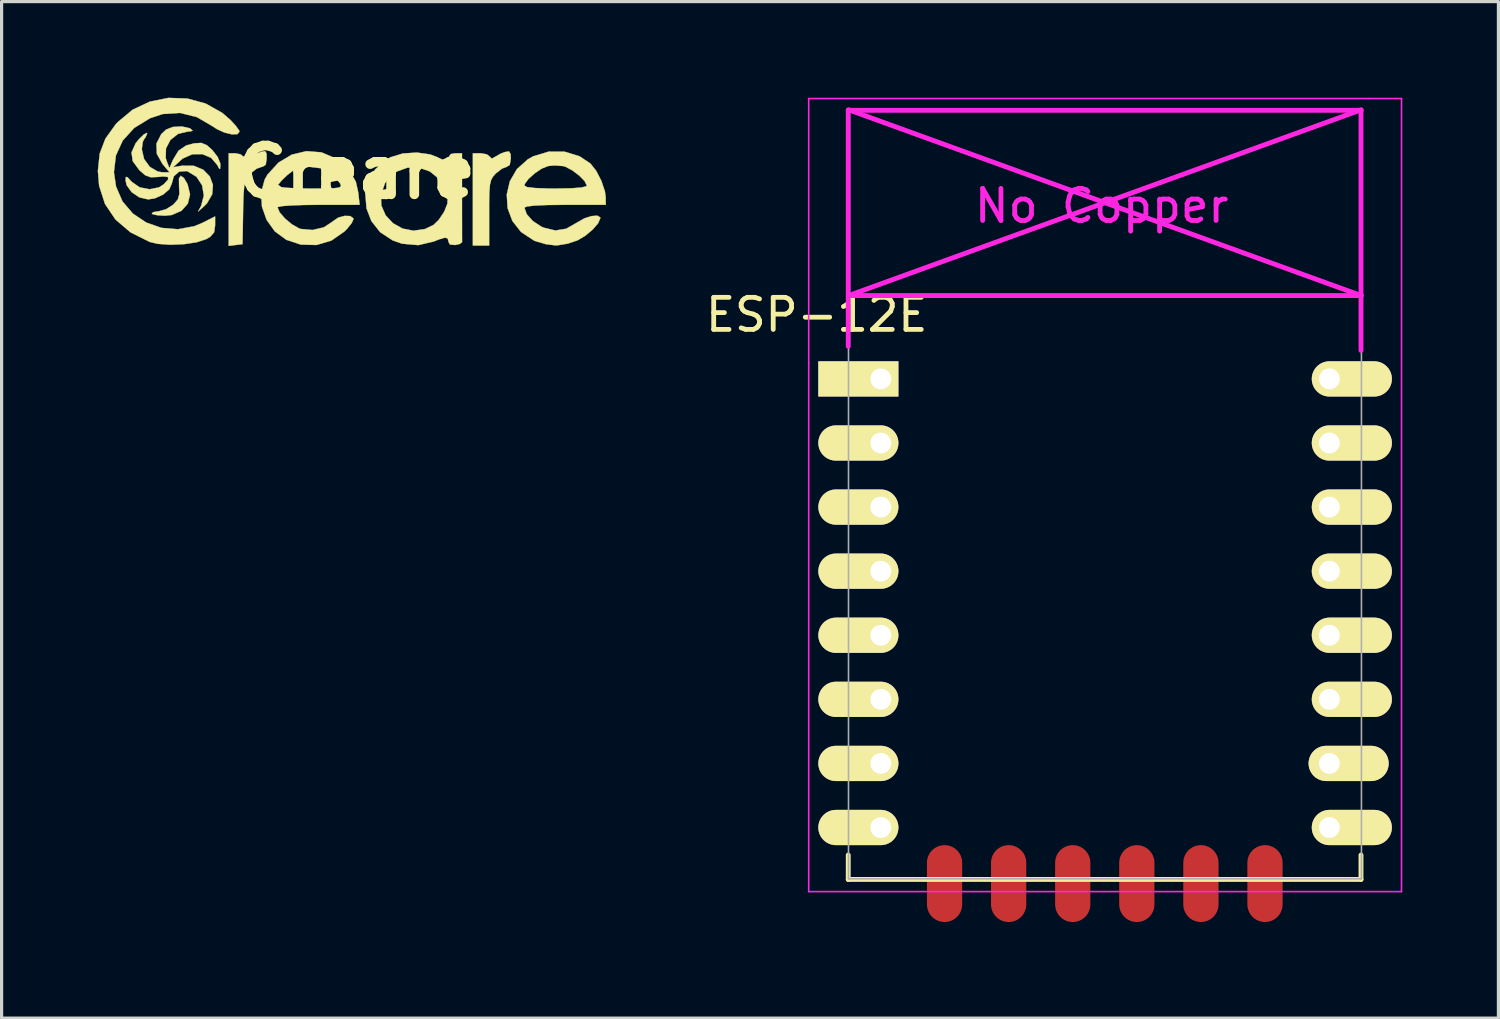
<source format=kicad_pcb>
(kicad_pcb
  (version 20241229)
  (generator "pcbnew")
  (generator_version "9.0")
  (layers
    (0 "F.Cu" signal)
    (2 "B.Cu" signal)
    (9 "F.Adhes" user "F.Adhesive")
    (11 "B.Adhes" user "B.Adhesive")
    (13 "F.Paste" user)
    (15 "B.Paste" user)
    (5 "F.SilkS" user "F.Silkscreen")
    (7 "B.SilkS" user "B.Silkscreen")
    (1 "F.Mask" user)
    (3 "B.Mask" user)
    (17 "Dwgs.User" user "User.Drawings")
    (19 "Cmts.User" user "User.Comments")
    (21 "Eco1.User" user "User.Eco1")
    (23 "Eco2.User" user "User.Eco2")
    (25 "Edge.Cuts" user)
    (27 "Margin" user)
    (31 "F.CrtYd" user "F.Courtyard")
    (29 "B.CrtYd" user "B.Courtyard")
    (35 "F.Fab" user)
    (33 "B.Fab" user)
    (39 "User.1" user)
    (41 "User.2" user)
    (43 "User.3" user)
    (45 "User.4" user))
  (footprint "Creare"
    (layer "F.Cu")
    (at 8.066 2.326)
    (property "Reference" "Creare" (at 0 0 0) (layer "F.SilkS") (effects (font (size 1.524 1.524) (thickness 0.3))))
    (attr through_hole)
    (fp_poly (pts (xy -5.375 0.181) (xy -5.263 0.372) (xy -5.185 0.692) (xy -5.255 0.979) (xy -5.452 1.202) (xy -5.754 1.333) (xy -5.964 1.355) (xy -6.2 1.342) (xy -6.354 1.309) (xy -6.379 1.291) (xy -6.335 1.244) (xy -6.175 1.219) (xy -6.169 1.219) (xy -5.933 1.154) (xy -5.709 1.011) (xy -5.704 1.007) (xy -5.565 0.846) (xy -5.516 0.67) (xy -5.528 0.441) (xy -5.531 0.196) (xy -5.476 0.108) (xy -5.375 0.181)) (stroke (width 0.01) (type solid)) (fill yes) (layer "F.SilkS"))
    (fp_poly (pts (xy 4.819 -0.57) (xy 4.826 -0.429) (xy 4.792 -0.228) (xy 4.695 -0.169) (xy 4.55 -0.113) (xy 4.372 0.024) (xy 4.356 0.038) (xy 4.269 0.136) (xy 4.21 0.242) (xy 4.174 0.391) (xy 4.156 0.618) (xy 4.149 0.956) (xy 4.149 1.266) (xy 4.149 2.286) (xy 3.641 2.286) (xy 3.641 -0.593) (xy 3.888 -0.593) (xy 4.076 -0.56) (xy 4.17 -0.487) (xy 4.233 -0.425) (xy 4.325 -0.476) (xy 4.504 -0.579) (xy 4.636 -0.63) (xy 4.768 -0.651) (xy 4.819 -0.57)) (stroke (width 0.01) (type solid)) (fill yes) (layer "F.SilkS"))
    (fp_poly (pts (xy -2.799 -0.59) (xy -2.794 -0.423) (xy -2.823 -0.234) (xy -2.925 -0.17) (xy -2.949 -0.169) (xy -3.109 -0.111) (xy -3.292 0.032) (xy -3.308 0.049) (xy -3.397 0.155) (xy -3.457 0.273) (xy -3.494 0.438) (xy -3.515 0.687) (xy -3.527 1.054) (xy -3.53 1.255) (xy -3.547 2.244) (xy -3.979 2.297) (xy -3.979 -0.593) (xy -3.775 -0.593) (xy -3.606 -0.56) (xy -3.541 -0.504) (xy -3.446 -0.471) (xy -3.228 -0.534) (xy -3.198 -0.546) (xy -2.961 -0.641) (xy -2.842 -0.659) (xy -2.799 -0.59)) (stroke (width 0.01) (type solid)) (fill yes) (layer "F.SilkS"))
    (fp_poly (pts (xy -5.269 -2.301) (xy -4.698 -2.145) (xy -4.176 -1.851) (xy -3.925 -1.633) (xy -3.757 -1.449) (xy -3.655 -1.307) (xy -3.641 -1.267) (xy -3.708 -1.19) (xy -3.878 -1.183) (xy -4.105 -1.237) (xy -4.343 -1.344) (xy -4.471 -1.429) (xy -4.97 -1.721) (xy -5.498 -1.852) (xy -6.038 -1.818) (xy -6.435 -1.686) (xy -6.928 -1.383) (xy -7.286 -0.989) (xy -7.499 -0.523) (xy -7.561 -0.001) (xy -7.495 0.444) (xy -7.293 0.911) (xy -6.969 1.29) (xy -6.552 1.569) (xy -6.074 1.736) (xy -5.563 1.778) (xy -5.05 1.683) (xy -4.798 1.578) (xy -4.403 1.378) (xy -4.403 1.66) (xy -4.433 1.873) (xy -4.554 2.013) (xy -4.678 2.086) (xy -4.975 2.184) (xy -5.371 2.244) (xy -5.799 2.262) (xy -6.193 2.234) (xy -6.445 2.174) (xy -7.045 1.874) (xy -7.512 1.476) (xy -7.84 0.988) (xy -8.023 0.419) (xy -8.061 -0.042) (xy -8.005 -0.581) (xy -7.827 -1.048) (xy -7.507 -1.494) (xy -7.445 -1.562) (xy -6.979 -1.951) (xy -6.441 -2.204) (xy -5.861 -2.321) (xy -5.269 -2.301)) (stroke (width 0.01) (type solid)) (fill yes) (layer "F.SilkS"))
    (fp_poly (pts (xy 2.306 -0.557) (xy 2.517 -0.478) (xy 2.733 -0.372) (xy 2.841 -0.35) (xy 2.876 -0.408) (xy 2.879 -0.466) (xy 2.952 -0.568) (xy 3.09 -0.593) (xy 3.302 -0.593) (xy 3.302 0.762) (xy 3.302 1.225) (xy 3.303 1.629) (xy 3.303 1.942) (xy 3.304 2.134) (xy 3.305 2.18) (xy 3.234 2.237) (xy 3.093 2.27) (xy 2.923 2.255) (xy 2.879 2.165) (xy 2.856 2.064) (xy 2.768 2.042) (xy 2.579 2.097) (xy 2.426 2.159) (xy 1.938 2.274) (xy 1.432 2.229) (xy 1.136 2.125) (xy 0.746 1.868) (xy 0.474 1.524) (xy 0.321 1.125) (xy 0.288 0.703) (xy 0.289 0.698) (xy 0.77 0.698) (xy 0.785 1.039) (xy 0.918 1.343) (xy 1.147 1.589) (xy 1.445 1.757) (xy 1.789 1.824) (xy 2.152 1.77) (xy 2.418 1.64) (xy 2.581 1.48) (xy 2.735 1.249) (xy 2.757 1.205) (xy 2.846 0.982) (xy 2.854 0.799) (xy 2.786 0.559) (xy 2.785 0.556) (xy 2.588 0.21) (xy 2.3 -0.025) (xy 1.958 -0.145) (xy 1.599 -0.144) (xy 1.259 -0.02) (xy 0.974 0.233) (xy 0.9 0.342) (xy 0.77 0.698) (xy 0.289 0.698) (xy 0.376 0.291) (xy 0.584 -0.081) (xy 0.915 -0.381) (xy 1.072 -0.469) (xy 1.456 -0.586) (xy 1.893 -0.615) (xy 2.306 -0.557)) (stroke (width 0.01) (type solid)) (fill yes) (layer "F.SilkS"))
    (fp_poly (pts (xy -1.082 -0.621) (xy -0.634 -0.43) (xy -0.589 -0.4) (xy -0.225 -0.08) (xy -0.011 0.295) (xy 0.063 0.625) (xy 0.107 1.016) (xy -1.174 1.016) (xy -1.635 1.021) (xy -2.018 1.035) (xy -2.294 1.055) (xy -2.44 1.082) (xy -2.455 1.094) (xy -2.389 1.251) (xy -2.223 1.443) (xy -2.005 1.625) (xy -1.785 1.75) (xy -1.73 1.769) (xy -1.364 1.802) (xy -1.008 1.718) (xy -0.73 1.535) (xy -0.719 1.524) (xy -0.56 1.415) (xy -0.363 1.361) (xy -0.186 1.366) (xy -0.09 1.436) (xy -0.085 1.465) (xy -0.141 1.586) (xy -0.285 1.765) (xy -0.365 1.847) (xy -0.774 2.132) (xy -1.241 2.27) (xy -1.735 2.256) (xy -2.182 2.107) (xy -2.538 1.846) (xy -2.795 1.488) (xy -2.941 1.073) (xy -2.966 0.641) (xy -2.911 0.432) (xy -2.455 0.432) (xy -2.376 0.461) (xy -2.16 0.485) (xy -1.84 0.502) (xy -1.449 0.508) (xy -1.436 0.508) (xy -1.009 0.507) (xy -0.724 0.5) (xy -0.559 0.483) (xy -0.485 0.451) (xy -0.479 0.401) (xy -0.504 0.345) (xy -0.755 0.048) (xy -1.111 -0.126) (xy -1.448 -0.169) (xy -1.745 -0.145) (xy -1.971 -0.05) (xy -2.156 0.093) (xy -2.333 0.264) (xy -2.441 0.396) (xy -2.455 0.432) (xy -2.911 0.432) (xy -2.857 0.231) (xy -2.771 0.078) (xy -2.425 -0.303) (xy -2.008 -0.551) (xy -1.55 -0.659) (xy -1.082 -0.621)) (stroke (width 0.01) (type solid)) (fill yes) (layer "F.SilkS"))
    (fp_poly (pts (xy 6.502 -0.643) (xy 6.971 -0.498) (xy 7.311 -0.272) (xy 7.49 -0.045) (xy 7.653 0.271) (xy 7.762 0.596) (xy 7.787 0.783) (xy 7.789 1.016) (xy 6.519 1.016) (xy 5.975 1.022) (xy 5.577 1.039) (xy 5.333 1.066) (xy 5.249 1.104) (xy 5.249 1.104) (xy 5.322 1.308) (xy 5.511 1.52) (xy 5.773 1.694) (xy 5.851 1.729) (xy 6.216 1.817) (xy 6.556 1.762) (xy 6.913 1.557) (xy 6.916 1.555) (xy 7.125 1.437) (xy 7.346 1.367) (xy 7.526 1.355) (xy 7.617 1.409) (xy 7.62 1.428) (xy 7.553 1.588) (xy 7.382 1.787) (xy 7.15 1.981) (xy 6.907 2.125) (xy 6.602 2.227) (xy 6.285 2.28) (xy 6.223 2.282) (xy 5.921 2.245) (xy 5.602 2.152) (xy 5.539 2.125) (xy 5.145 1.865) (xy 4.874 1.52) (xy 4.725 1.119) (xy 4.699 0.695) (xy 4.764 0.415) (xy 5.249 0.415) (xy 5.332 0.462) (xy 5.582 0.492) (xy 5.999 0.507) (xy 6.223 0.508) (xy 6.71 0.5) (xy 7.03 0.476) (xy 7.182 0.436) (xy 7.197 0.415) (xy 7.13 0.277) (xy 6.962 0.105) (xy 6.746 -0.058) (xy 6.532 -0.172) (xy 6.459 -0.193) (xy 6.187 -0.213) (xy 5.988 -0.194) (xy 5.79 -0.114) (xy 5.569 0.035) (xy 5.376 0.208) (xy 5.261 0.365) (xy 5.249 0.415) (xy 4.764 0.415) (xy 4.796 0.279) (xy 5.015 -0.098) (xy 5.358 -0.405) (xy 5.524 -0.498) (xy 6.006 -0.644) (xy 6.502 -0.643)) (stroke (width 0.01) (type solid)) (fill yes) (layer "F.SilkS"))
    (fp_poly (pts (xy -5.203 -1.376) (xy -5.165 -1.355) (xy -5.104 -1.295) (xy -5.19 -1.273) (xy -5.252 -1.271) (xy -5.56 -1.198) (xy -5.798 -1.009) (xy -5.936 -0.745) (xy -5.944 -0.446) (xy -5.918 -0.36) (xy -5.829 -0.127) (xy -5.721 -0.381) (xy -5.547 -0.672) (xy -5.302 -0.839) (xy -5.049 -0.904) (xy -4.832 -0.916) (xy -4.662 -0.846) (xy -4.491 -0.694) (xy -4.323 -0.478) (xy -4.241 -0.275) (xy -4.239 -0.239) (xy -4.248 -0.1) (xy -4.282 -0.123) (xy -4.332 -0.223) (xy -4.527 -0.451) (xy -4.804 -0.566) (xy -5.114 -0.562) (xy -5.409 -0.431) (xy -5.477 -0.374) (xy -5.715 -0.156) (xy -5.431 -0.205) (xy -5.067 -0.202) (xy -4.774 -0.08) (xy -4.569 0.13) (xy -4.471 0.396) (xy -4.494 0.688) (xy -4.658 0.973) (xy -4.744 1.058) (xy -4.935 1.228) (xy -4.838 1.043) (xy -4.754 0.723) (xy -4.809 0.407) (xy -4.982 0.143) (xy -5.255 -0.024) (xy -5.299 -0.037) (xy -5.527 -0.02) (xy -5.693 0.128) (xy -5.755 0.354) (xy -5.833 0.532) (xy -6.026 0.697) (xy -6.279 0.813) (xy -6.492 0.847) (xy -6.768 0.783) (xy -7.009 0.62) (xy -7.165 0.401) (xy -7.197 0.253) (xy -7.188 0.146) (xy -7.139 0.153) (xy -7.018 0.283) (xy -7.003 0.3) (xy -6.757 0.471) (xy -6.453 0.53) (xy -6.155 0.472) (xy -6.006 0.376) (xy -5.868 0.225) (xy -5.876 0.146) (xy -6.037 0.131) (xy -6.177 0.146) (xy -6.413 0.157) (xy -6.587 0.092) (xy -6.769 -0.068) (xy -6.973 -0.346) (xy -7.012 -0.618) (xy -6.885 -0.902) (xy -6.776 -1.036) (xy -6.627 -1.18) (xy -6.535 -1.229) (xy -6.522 -1.211) (xy -6.581 -1.077) (xy -6.604 -1.058) (xy -6.661 -0.946) (xy -6.688 -0.74) (xy -6.689 -0.711) (xy -6.62 -0.414) (xy -6.44 -0.168) (xy -6.192 -0.022) (xy -6.05 0) (xy -5.827 0) (xy -6.046 -0.26) (xy -6.222 -0.577) (xy -6.234 -0.894) (xy -6.085 -1.188) (xy -5.934 -1.331) (xy -5.721 -1.414) (xy -5.445 -1.43) (xy -5.203 -1.376)) (stroke (width 0.01) (type solid)) (fill yes) (layer "F.SilkS")))
  (footprint "ESP-12E"
    (layer "F.Cu")
    (at 24.438 8.775)
    (property "Reference" "ESP-12E" (at -2 -2 0) (layer "F.SilkS") (effects (font (size 1 1) (thickness 0.15))))
    (attr through_hole)
    (fp_line (start -1.016 14.859) (end -1.016 15.621) (stroke (width 0.152) (type solid)) (layer "F.SilkS"))
    (fp_line (start -1.016 15.621) (end 14.986 15.621) (stroke (width 0.152) (type solid)) (layer "F.SilkS"))
    (fp_line (start 14.986 15.621) (end 14.986 14.859) (stroke (width 0.152) (type solid)) (layer "F.SilkS"))
    (fp_line (start -2.25 -8.75) (end 15.25 -8.75) (stroke (width 0.05) (type solid)) (layer "F.CrtYd"))
    (fp_line (start -2.25 -0.5) (end -2.25 -8.75) (stroke (width 0.05) (type solid)) (layer "F.CrtYd"))
    (fp_line (start -2.25 16) (end -2.25 -0.5) (stroke (width 0.05) (type solid)) (layer "F.CrtYd"))
    (fp_line (start -1.016 -8.382) (end -1.016 -1.016) (stroke (width 0.152) (type solid)) (layer "F.CrtYd"))
    (fp_line (start -1.016 -8.382) (end 14.986 -8.382) (stroke (width 0.152) (type solid)) (layer "F.CrtYd"))
    (fp_line (start -1.008 -8.4) (end 14.992 -2.6) (stroke (width 0.152) (type solid)) (layer "F.CrtYd"))
    (fp_line (start -1.008 -2.6) (end 14.992 -2.6) (stroke (width 0.152) (type solid)) (layer "F.CrtYd"))
    (fp_line (start 14.986 -8.382) (end 14.986 -0.889) (stroke (width 0.152) (type solid)) (layer "F.CrtYd"))
    (fp_line (start 14.992 -8.4) (end -1.008 -2.6) (stroke (width 0.152) (type solid)) (layer "F.CrtYd"))
    (fp_line (start 15.25 -8.75) (end 16.25 -8.75) (stroke (width 0.05) (type solid)) (layer "F.CrtYd"))
    (fp_line (start 16.25 -8.75) (end 16.25 16) (stroke (width 0.05) (type solid)) (layer "F.CrtYd"))
    (fp_line (start 16.25 16) (end -2.25 16) (stroke (width 0.05) (type solid)) (layer "F.CrtYd"))
    (fp_line (start -1.008 -8.4) (end 14.992 -8.4) (stroke (width 0.05) (type solid)) (layer "F.Fab"))
    (fp_line (start -1.008 15.6) (end -1.008 -8.4) (stroke (width 0.05) (type solid)) (layer "F.Fab"))
    (fp_line (start 14.992 15.6) (end -1.008 15.6) (stroke (width 0.05) (type solid)) (layer "F.Fab"))
    (fp_line (start 15 -8.4) (end 15 15.6) (stroke (width 0.05) (type solid)) (layer "F.Fab"))
    (fp_text user "No Copper" (at 6.892 -5.4 0) (layer "F.CrtYd") (effects (font (size 1 1) (thickness 0.15))))
    (pad "1" thru_hole rect (at 0 0) (size 2.5 1.1) (drill 0.65 (offset -0.7 0)) (layers "*.Cu" "*.Mask" "F.SilkS"))
    (pad "2" thru_hole oval (at 0 2) (size 2.5 1.1) (drill 0.65 (offset -0.7 0)) (layers "*.Cu" "*.Mask" "F.SilkS"))
    (pad "3" thru_hole oval (at 0 4) (size 2.5 1.1) (drill 0.65 (offset -0.7 0)) (layers "*.Cu" "*.Mask" "F.SilkS"))
    (pad "4" thru_hole oval (at 0 6) (size 2.5 1.1) (drill 0.65 (offset -0.7 0)) (layers "*.Cu" "*.Mask" "F.SilkS"))
    (pad "5" thru_hole oval (at 0 8) (size 2.5 1.1) (drill 0.65 (offset -0.7 0)) (layers "*.Cu" "*.Mask" "F.SilkS"))
    (pad "6" thru_hole oval (at 0 10) (size 2.5 1.1) (drill 0.65 (offset -0.7 0)) (layers "*.Cu" "*.Mask" "F.SilkS"))
    (pad "7" thru_hole oval (at 0 12) (size 2.5 1.1) (drill 0.65 (offset -0.7 0)) (layers "*.Cu" "*.Mask" "F.SilkS"))
    (pad "8" thru_hole oval (at 0 14) (size 2.5 1.1) (drill 0.65 (offset -0.7 0)) (layers "*.Cu" "*.Mask" "F.SilkS"))
    (pad "9" thru_hole oval (at 14 14) (size 2.5 1.1) (drill 0.65 (offset 0.7 0)) (layers "*.Cu" "*.Mask" "F.SilkS"))
    (pad "10" thru_hole oval (at 14 12) (size 2.5 1.1) (drill 0.65 (offset 0.6 0)) (layers "*.Cu" "*.Mask" "F.SilkS"))
    (pad "11" thru_hole oval (at 14 10) (size 2.5 1.1) (drill 0.65 (offset 0.7 0)) (layers "*.Cu" "*.Mask" "F.SilkS"))
    (pad "12" thru_hole oval (at 14 8) (size 2.5 1.1) (drill 0.65 (offset 0.7 0)) (layers "*.Cu" "*.Mask" "F.SilkS"))
    (pad "13" thru_hole oval (at 14 6) (size 2.5 1.1) (drill 0.65 (offset 0.7 0)) (layers "*.Cu" "*.Mask" "F.SilkS"))
    (pad "14" thru_hole oval (at 14 4) (size 2.5 1.1) (drill 0.65 (offset 0.7 0)) (layers "*.Cu" "*.Mask" "F.SilkS"))
    (pad "15" thru_hole oval (at 14 2) (size 2.5 1.1) (drill 0.65 (offset 0.7 0)) (layers "*.Cu" "*.Mask" "F.SilkS"))
    (pad "16" thru_hole oval (at 14 0) (size 2.5 1.1) (drill 0.65 (offset 0.7 0)) (layers "*.Cu" "*.Mask" "F.SilkS"))
    (pad "17" smd oval (at 1.99 15.75 90) (size 2.4 1.1) (layers "F.Cu" "F.Mask" "F.Paste"))
    (pad "18" smd oval (at 3.99 15.75 90) (size 2.4 1.1) (layers "F.Cu" "F.Mask" "F.Paste"))
    (pad "19" smd oval (at 5.99 15.75 90) (size 2.4 1.1) (layers "F.Cu" "F.Mask" "F.Paste"))
    (pad "20" smd oval (at 7.99 15.75 90) (size 2.4 1.1) (layers "F.Cu" "F.Mask" "F.Paste"))
    (pad "21" smd oval (at 9.99 15.75 90) (size 2.4 1.1) (layers "F.Cu" "F.Mask" "F.Paste"))
    (pad "22" smd oval (at 11.99 15.75 90) (size 2.4 1.1) (layers "F.Cu" "F.Mask" "F.Paste")))
  (gr_rect
    (start -3 -3)
    (end 43.713 28.725)
    (stroke (width 0.1) (type default))
    (fill no)
    (layer "Edge.Cuts")))
</source>
